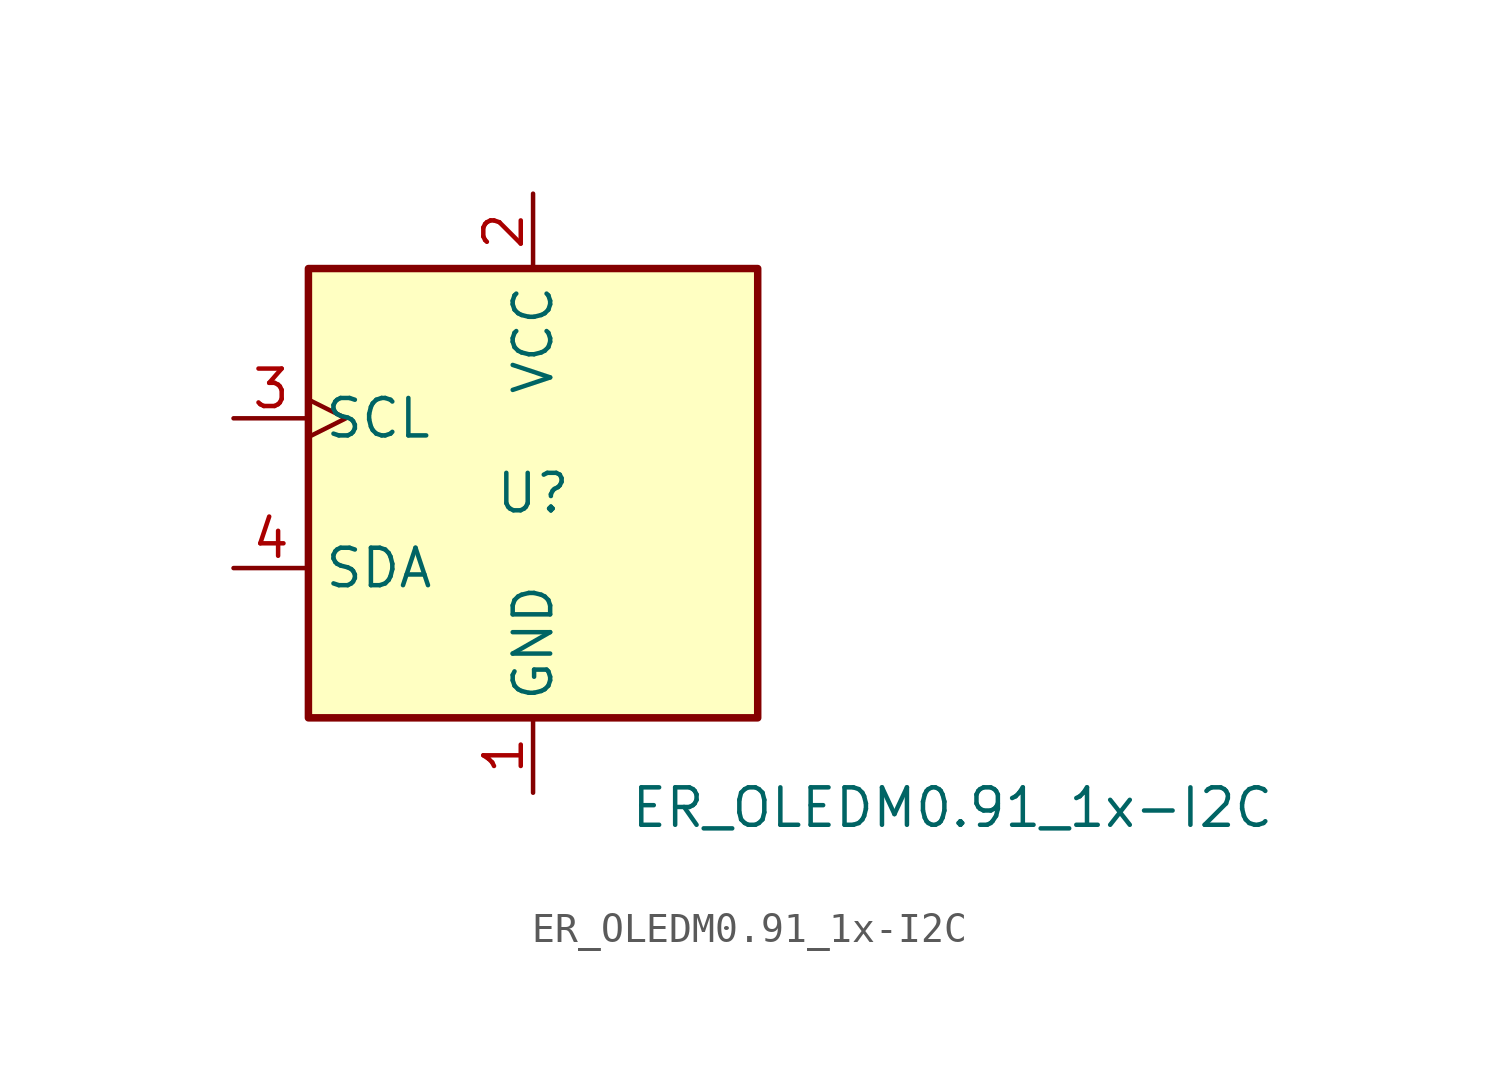
<source format=kicad_sym>
(kicad_symbol_lib
  (version 20241209)
  (generator "kicad_symbol_editor")
  (generator_version "9.0")
  (symbol "ER_OLEDM0.91_1x-I2C"
    (property "Reference" "U"
      (at 0 0 0)
      (effects (font (size 1.27 1.27))))
    (property "Value" "ER_OLEDM0.91_1x-I2C"
      (at 14.224 -10.668 0)
      (effects (font (size 1.27 1.27))))
    (symbol "ER_OLEDM0.91_1x-I2C_1_1"
      (rectangle (start -7.62 7.62) (end 7.62 -7.62) (stroke (width 0.254) (type solid)) (fill (type background)))
      (pin input clock (at -10.16 2.54 0) (length 2.54) (name "SCL" (effects (font (size 1.27 1.27)))) (number "3" (effects (font (size 1.27 1.27)))))
      (pin bidirectional line (at -10.16 -2.54 0) (length 2.54) (name "SDA" (effects (font (size 1.27 1.27)))) (number "4" (effects (font (size 1.27 1.27)))))
      (pin power_in line (at 0 10.16 270) (length 2.54) (name "VCC" (effects (font (size 1.27 1.27)))) (number "2" (effects (font (size 1.27 1.27)))))
      (pin power_in line (at 0 -10.16 90) (length 2.54) (name "GND" (effects (font (size 1.27 1.27)))) (number "1" (effects (font (size 1.27 1.27))))))))
</source>
